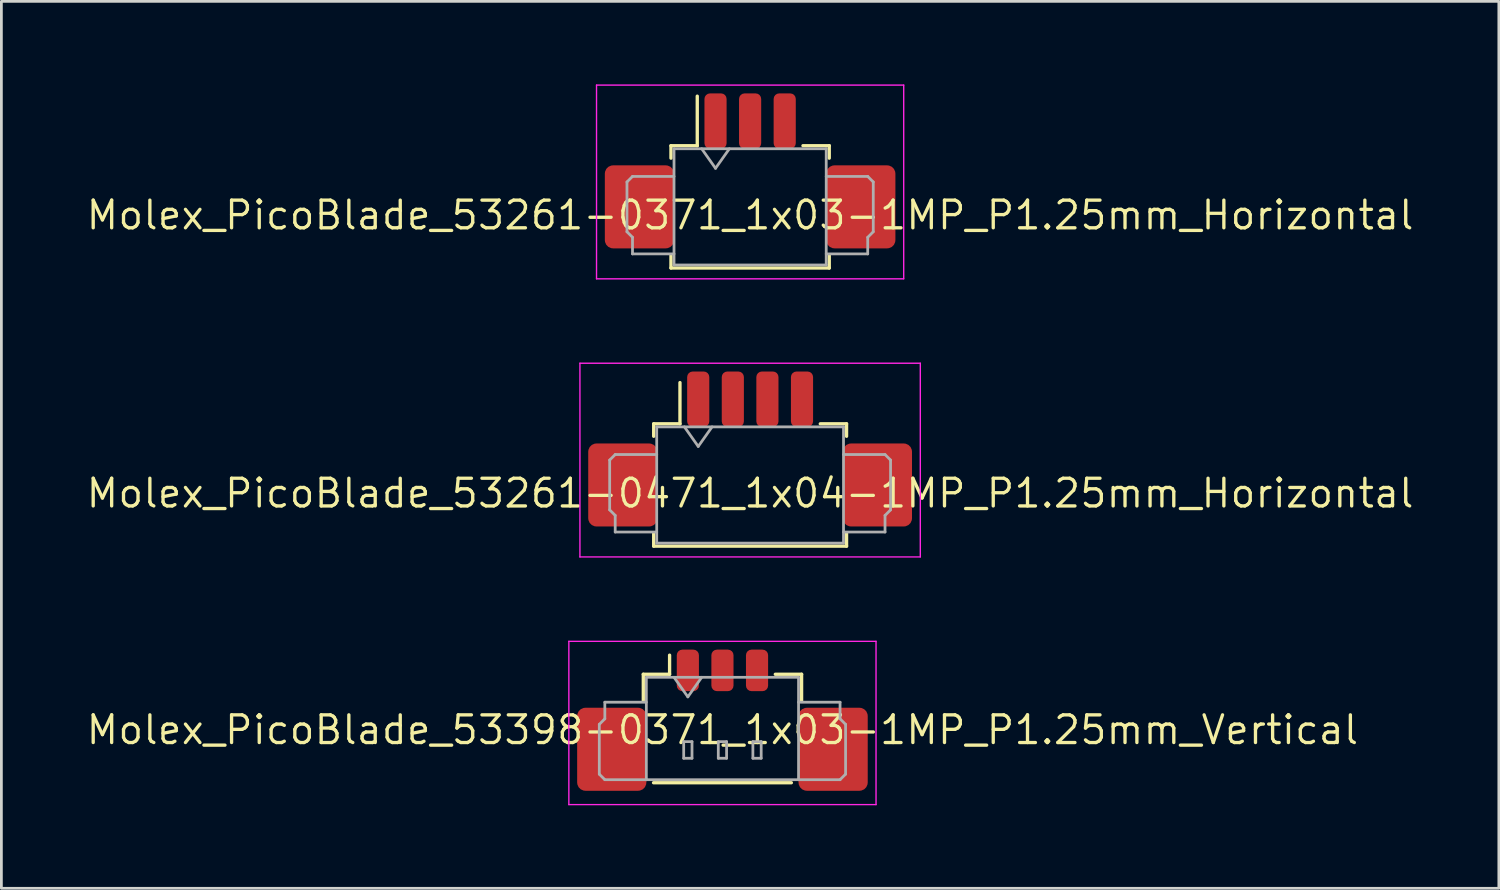
<source format=kicad_pcb>
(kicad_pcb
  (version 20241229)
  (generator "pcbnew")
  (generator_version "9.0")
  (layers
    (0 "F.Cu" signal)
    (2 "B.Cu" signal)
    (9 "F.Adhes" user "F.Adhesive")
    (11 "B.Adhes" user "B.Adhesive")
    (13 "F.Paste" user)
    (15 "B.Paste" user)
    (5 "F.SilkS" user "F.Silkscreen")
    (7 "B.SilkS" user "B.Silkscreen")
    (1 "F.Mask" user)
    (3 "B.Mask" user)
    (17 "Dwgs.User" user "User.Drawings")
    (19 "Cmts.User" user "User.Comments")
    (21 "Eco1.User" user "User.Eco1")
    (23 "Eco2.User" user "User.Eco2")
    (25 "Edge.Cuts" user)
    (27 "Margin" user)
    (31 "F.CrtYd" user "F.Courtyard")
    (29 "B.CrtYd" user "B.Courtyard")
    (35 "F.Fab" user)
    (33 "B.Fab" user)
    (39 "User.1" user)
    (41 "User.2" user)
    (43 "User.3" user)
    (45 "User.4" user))
  (footprint "Molex_PicoBlade_53398-0371_1x03-1MP_P1.25mm_Vertical"
    (layer "F.Cu")
    (at 23.056 22.525)
    (property "Reference" "Molex_PicoBlade_53398-0371_1x03-1MP_P1.25mm_Vertical" (at 0 0.8 0) (layer "F.SilkS") (effects (font (size 1 1) (thickness 0.12))))
    (attr smd)
    (fp_line (start -2.86 -1.21) (end -1.91 -1.21) (stroke (width 0.12) (type solid)) (layer "F.SilkS"))
    (fp_line (start -2.86 -0.26) (end -2.86 -1.21) (stroke (width 0.12) (type solid)) (layer "F.SilkS"))
    (fp_line (start -2.49 2.71) (end 2.49 2.71) (stroke (width 0.12) (type solid)) (layer "F.SilkS"))
    (fp_line (start -1.91 -1.21) (end -1.91 -1.9) (stroke (width 0.12) (type solid)) (layer "F.SilkS"))
    (fp_line (start 2.86 -1.21) (end 1.91 -1.21) (stroke (width 0.12) (type solid)) (layer "F.SilkS"))
    (fp_line (start 2.86 -0.26) (end 2.86 -1.21) (stroke (width 0.12) (type solid)) (layer "F.SilkS"))
    (fp_line (start -5.55 -2.4) (end -5.55 3.5) (stroke (width 0.05) (type solid)) (layer "F.CrtYd"))
    (fp_line (start -5.55 3.5) (end 5.55 3.5) (stroke (width 0.05) (type solid)) (layer "F.CrtYd"))
    (fp_line (start 5.55 -2.4) (end -5.55 -2.4) (stroke (width 0.05) (type solid)) (layer "F.CrtYd"))
    (fp_line (start 5.55 3.5) (end 5.55 -2.4) (stroke (width 0.05) (type solid)) (layer "F.CrtYd"))
    (fp_line (start -4.45 0.6) (end -4.25 0.4) (stroke (width 0.1) (type solid)) (layer "F.Fab"))
    (fp_line (start -4.45 2.4) (end -4.45 0.6) (stroke (width 0.1) (type solid)) (layer "F.Fab"))
    (fp_line (start -4.25 -0.2) (end -2.75 -0.2) (stroke (width 0.1) (type solid)) (layer "F.Fab"))
    (fp_line (start -4.25 0.4) (end -4.25 -0.2) (stroke (width 0.1) (type solid)) (layer "F.Fab"))
    (fp_line (start -4.25 2.6) (end -4.45 2.4) (stroke (width 0.1) (type solid)) (layer "F.Fab"))
    (fp_line (start -2.75 -1.1) (end -2.75 2.6) (stroke (width 0.1) (type solid)) (layer "F.Fab"))
    (fp_line (start -2.75 -1.1) (end 2.75 -1.1) (stroke (width 0.1) (type solid)) (layer "F.Fab"))
    (fp_line (start -2.75 2.6) (end -4.25 2.6) (stroke (width 0.1) (type solid)) (layer "F.Fab"))
    (fp_line (start -2.75 2.6) (end 2.75 2.6) (stroke (width 0.1) (type solid)) (layer "F.Fab"))
    (fp_line (start -1.75 -1.1) (end -1.25 -0.393) (stroke (width 0.1) (type solid)) (layer "F.Fab"))
    (fp_line (start -1.4 1.225) (end -1.4 1.825) (stroke (width 0.1) (type solid)) (layer "F.Fab"))
    (fp_line (start -1.4 1.825) (end -1.1 1.825) (stroke (width 0.1) (type solid)) (layer "F.Fab"))
    (fp_line (start -1.25 -0.393) (end -0.75 -1.1) (stroke (width 0.1) (type solid)) (layer "F.Fab"))
    (fp_line (start -1.1 1.225) (end -1.4 1.225) (stroke (width 0.1) (type solid)) (layer "F.Fab"))
    (fp_line (start -1.1 1.825) (end -1.1 1.225) (stroke (width 0.1) (type solid)) (layer "F.Fab"))
    (fp_line (start -0.15 1.225) (end -0.15 1.825) (stroke (width 0.1) (type solid)) (layer "F.Fab"))
    (fp_line (start -0.15 1.825) (end 0.15 1.825) (stroke (width 0.1) (type solid)) (layer "F.Fab"))
    (fp_line (start 0.15 1.225) (end -0.15 1.225) (stroke (width 0.1) (type solid)) (layer "F.Fab"))
    (fp_line (start 0.15 1.825) (end 0.15 1.225) (stroke (width 0.1) (type solid)) (layer "F.Fab"))
    (fp_line (start 1.1 1.225) (end 1.1 1.825) (stroke (width 0.1) (type solid)) (layer "F.Fab"))
    (fp_line (start 1.1 1.825) (end 1.4 1.825) (stroke (width 0.1) (type solid)) (layer "F.Fab"))
    (fp_line (start 1.4 1.225) (end 1.1 1.225) (stroke (width 0.1) (type solid)) (layer "F.Fab"))
    (fp_line (start 1.4 1.825) (end 1.4 1.225) (stroke (width 0.1) (type solid)) (layer "F.Fab"))
    (fp_line (start 2.75 -1.1) (end 2.75 2.6) (stroke (width 0.1) (type solid)) (layer "F.Fab"))
    (fp_line (start 2.75 2.6) (end 4.25 2.6) (stroke (width 0.1) (type solid)) (layer "F.Fab"))
    (fp_line (start 4.25 -0.2) (end 2.75 -0.2) (stroke (width 0.1) (type solid)) (layer "F.Fab"))
    (fp_line (start 4.25 0.4) (end 4.25 -0.2) (stroke (width 0.1) (type solid)) (layer "F.Fab"))
    (fp_line (start 4.25 2.6) (end 4.45 2.4) (stroke (width 0.1) (type solid)) (layer "F.Fab"))
    (fp_line (start 4.45 0.6) (end 4.25 0.4) (stroke (width 0.1) (type solid)) (layer "F.Fab"))
    (fp_line (start 4.45 2.4) (end 4.45 0.6) (stroke (width 0.1) (type solid)) (layer "F.Fab"))
    (pad "1" smd roundrect (at -1.25 -1.35) (size 0.8 1.5) (layers "F.Cu" "F.Mask" "F.Paste") (roundrect_rratio 0.25))
    (pad "2" smd roundrect (at 0 -1.35) (size 0.8 1.5) (layers "F.Cu" "F.Mask" "F.Paste") (roundrect_rratio 0.25))
    (pad "3" smd roundrect (at 1.25 -1.35) (size 0.8 1.5) (layers "F.Cu" "F.Mask" "F.Paste") (roundrect_rratio 0.25))
    (pad "MP" smd roundrect (at -4 1.5) (size 2.5 3) (layers "F.Cu" "F.Mask" "F.Paste") (roundrect_rratio 0.119))
    (pad "MP" smd roundrect (at 4 1.5) (size 2.5 3) (layers "F.Cu" "F.Mask" "F.Paste") (roundrect_rratio 0.119)))
  (footprint "Molex_PicoBlade_53261-0471_1x04-1MP_P1.25mm_Horizontal"
    (layer "F.Cu")
    (at 24.056 13.975)
    (property "Reference" "Molex_PicoBlade_53261-0471_1x04-1MP_P1.25mm_Horizontal" (at 0 0.8 0) (layer "F.SilkS") (effects (font (size 1 1) (thickness 0.12))))
    (attr smd)
    (fp_line (start -3.485 -1.71) (end -2.535 -1.71) (stroke (width 0.12) (type solid)) (layer "F.SilkS"))
    (fp_line (start -3.485 -1.26) (end -3.485 -1.71) (stroke (width 0.12) (type solid)) (layer "F.SilkS"))
    (fp_line (start -3.485 2.26) (end -3.485 2.71) (stroke (width 0.12) (type solid)) (layer "F.SilkS"))
    (fp_line (start -3.485 2.71) (end 3.485 2.71) (stroke (width 0.12) (type solid)) (layer "F.SilkS"))
    (fp_line (start -2.535 -1.71) (end -2.535 -3.2) (stroke (width 0.12) (type solid)) (layer "F.SilkS"))
    (fp_line (start 3.485 -1.71) (end 2.535 -1.71) (stroke (width 0.12) (type solid)) (layer "F.SilkS"))
    (fp_line (start 3.485 -1.26) (end 3.485 -1.71) (stroke (width 0.12) (type solid)) (layer "F.SilkS"))
    (fp_line (start 3.485 2.71) (end 3.485 2.26) (stroke (width 0.12) (type solid)) (layer "F.SilkS"))
    (fp_line (start -6.15 -3.9) (end -6.15 3.1) (stroke (width 0.05) (type solid)) (layer "F.CrtYd"))
    (fp_line (start -6.15 3.1) (end 6.15 3.1) (stroke (width 0.05) (type solid)) (layer "F.CrtYd"))
    (fp_line (start 6.15 -3.9) (end -6.15 -3.9) (stroke (width 0.05) (type solid)) (layer "F.CrtYd"))
    (fp_line (start 6.15 3.1) (end 6.15 -3.9) (stroke (width 0.05) (type solid)) (layer "F.CrtYd"))
    (fp_line (start -5.075 -0.4) (end -5.075 1.4) (stroke (width 0.1) (type solid)) (layer "F.Fab"))
    (fp_line (start -5.075 1.4) (end -4.875 1.6) (stroke (width 0.1) (type solid)) (layer "F.Fab"))
    (fp_line (start -4.875 -0.6) (end -5.075 -0.4) (stroke (width 0.1) (type solid)) (layer "F.Fab"))
    (fp_line (start -4.875 1.6) (end -4.875 2.2) (stroke (width 0.1) (type solid)) (layer "F.Fab"))
    (fp_line (start -4.875 2.2) (end -3.375 2.2) (stroke (width 0.1) (type solid)) (layer "F.Fab"))
    (fp_line (start -3.375 -1.6) (end -3.375 2.6) (stroke (width 0.1) (type solid)) (layer "F.Fab"))
    (fp_line (start -3.375 -1.6) (end 3.375 -1.6) (stroke (width 0.1) (type solid)) (layer "F.Fab"))
    (fp_line (start -3.375 -0.6) (end -4.875 -0.6) (stroke (width 0.1) (type solid)) (layer "F.Fab"))
    (fp_line (start -3.375 2.6) (end 3.375 2.6) (stroke (width 0.1) (type solid)) (layer "F.Fab"))
    (fp_line (start -2.375 -1.6) (end -1.875 -0.893) (stroke (width 0.1) (type solid)) (layer "F.Fab"))
    (fp_line (start -1.875 -0.893) (end -1.375 -1.6) (stroke (width 0.1) (type solid)) (layer "F.Fab"))
    (fp_line (start 3.375 -1.6) (end 3.375 2.6) (stroke (width 0.1) (type solid)) (layer "F.Fab"))
    (fp_line (start 3.375 -0.6) (end 4.875 -0.6) (stroke (width 0.1) (type solid)) (layer "F.Fab"))
    (fp_line (start 4.875 -0.6) (end 5.075 -0.4) (stroke (width 0.1) (type solid)) (layer "F.Fab"))
    (fp_line (start 4.875 1.6) (end 4.875 2.2) (stroke (width 0.1) (type solid)) (layer "F.Fab"))
    (fp_line (start 4.875 2.2) (end 3.375 2.2) (stroke (width 0.1) (type solid)) (layer "F.Fab"))
    (fp_line (start 5.075 -0.4) (end 5.075 1.4) (stroke (width 0.1) (type solid)) (layer "F.Fab"))
    (fp_line (start 5.075 1.4) (end 4.875 1.6) (stroke (width 0.1) (type solid)) (layer "F.Fab"))
    (pad "1" smd roundrect (at -1.875 -2.6) (size 0.8 2) (layers "F.Cu" "F.Mask" "F.Paste") (roundrect_rratio 0.25))
    (pad "2" smd roundrect (at -0.625 -2.6) (size 0.8 2) (layers "F.Cu" "F.Mask" "F.Paste") (roundrect_rratio 0.25))
    (pad "3" smd roundrect (at 0.625 -2.6) (size 0.8 2) (layers "F.Cu" "F.Mask" "F.Paste") (roundrect_rratio 0.25))
    (pad "4" smd roundrect (at 1.875 -2.6) (size 0.8 2) (layers "F.Cu" "F.Mask" "F.Paste") (roundrect_rratio 0.25))
    (pad "MP" smd roundrect (at -4.6 0.5) (size 2.5 3) (layers "F.Cu" "F.Mask" "F.Paste") (roundrect_rratio 0.119))
    (pad "MP" smd roundrect (at 4.6 0.5) (size 2.5 3) (layers "F.Cu" "F.Mask" "F.Paste") (roundrect_rratio 0.119)))
  (footprint "Molex_PicoBlade_53261-0371_1x03-1MP_P1.25mm_Horizontal"
    (layer "F.Cu")
    (at 24.056 3.925)
    (property "Reference" "Molex_PicoBlade_53261-0371_1x03-1MP_P1.25mm_Horizontal" (at 0 0.8 0) (layer "F.SilkS") (effects (font (size 1 1) (thickness 0.12))))
    (attr smd)
    (fp_line (start -2.86 -1.71) (end -1.91 -1.71) (stroke (width 0.12) (type solid)) (layer "F.SilkS"))
    (fp_line (start -2.86 -1.26) (end -2.86 -1.71) (stroke (width 0.12) (type solid)) (layer "F.SilkS"))
    (fp_line (start -2.86 2.26) (end -2.86 2.71) (stroke (width 0.12) (type solid)) (layer "F.SilkS"))
    (fp_line (start -2.86 2.71) (end 2.86 2.71) (stroke (width 0.12) (type solid)) (layer "F.SilkS"))
    (fp_line (start -1.91 -1.71) (end -1.91 -3.5) (stroke (width 0.12) (type solid)) (layer "F.SilkS"))
    (fp_line (start 2.86 -1.71) (end 1.91 -1.71) (stroke (width 0.12) (type solid)) (layer "F.SilkS"))
    (fp_line (start 2.86 -1.26) (end 2.86 -1.71) (stroke (width 0.12) (type solid)) (layer "F.SilkS"))
    (fp_line (start 2.86 2.71) (end 2.86 2.26) (stroke (width 0.12) (type solid)) (layer "F.SilkS"))
    (fp_line (start -5.55 -3.9) (end -5.55 3.1) (stroke (width 0.05) (type solid)) (layer "F.CrtYd"))
    (fp_line (start -5.55 3.1) (end 5.55 3.1) (stroke (width 0.05) (type solid)) (layer "F.CrtYd"))
    (fp_line (start 5.55 -3.9) (end -5.55 -3.9) (stroke (width 0.05) (type solid)) (layer "F.CrtYd"))
    (fp_line (start 5.55 3.1) (end 5.55 -3.9) (stroke (width 0.05) (type solid)) (layer "F.CrtYd"))
    (fp_line (start -4.45 -0.4) (end -4.45 1.4) (stroke (width 0.1) (type solid)) (layer "F.Fab"))
    (fp_line (start -4.45 1.4) (end -4.25 1.6) (stroke (width 0.1) (type solid)) (layer "F.Fab"))
    (fp_line (start -4.25 -0.6) (end -4.45 -0.4) (stroke (width 0.1) (type solid)) (layer "F.Fab"))
    (fp_line (start -4.25 1.6) (end -4.25 2.2) (stroke (width 0.1) (type solid)) (layer "F.Fab"))
    (fp_line (start -4.25 2.2) (end -2.75 2.2) (stroke (width 0.1) (type solid)) (layer "F.Fab"))
    (fp_line (start -2.75 -1.6) (end -2.75 2.6) (stroke (width 0.1) (type solid)) (layer "F.Fab"))
    (fp_line (start -2.75 -1.6) (end 2.75 -1.6) (stroke (width 0.1) (type solid)) (layer "F.Fab"))
    (fp_line (start -2.75 -0.6) (end -4.25 -0.6) (stroke (width 0.1) (type solid)) (layer "F.Fab"))
    (fp_line (start -2.75 2.6) (end 2.75 2.6) (stroke (width 0.1) (type solid)) (layer "F.Fab"))
    (fp_line (start -1.75 -1.6) (end -1.25 -0.893) (stroke (width 0.1) (type solid)) (layer "F.Fab"))
    (fp_line (start -1.25 -0.893) (end -0.75 -1.6) (stroke (width 0.1) (type solid)) (layer "F.Fab"))
    (fp_line (start 2.75 -1.6) (end 2.75 2.6) (stroke (width 0.1) (type solid)) (layer "F.Fab"))
    (fp_line (start 2.75 -0.6) (end 4.25 -0.6) (stroke (width 0.1) (type solid)) (layer "F.Fab"))
    (fp_line (start 4.25 -0.6) (end 4.45 -0.4) (stroke (width 0.1) (type solid)) (layer "F.Fab"))
    (fp_line (start 4.25 1.6) (end 4.25 2.2) (stroke (width 0.1) (type solid)) (layer "F.Fab"))
    (fp_line (start 4.25 2.2) (end 2.75 2.2) (stroke (width 0.1) (type solid)) (layer "F.Fab"))
    (fp_line (start 4.45 -0.4) (end 4.45 1.4) (stroke (width 0.1) (type solid)) (layer "F.Fab"))
    (fp_line (start 4.45 1.4) (end 4.25 1.6) (stroke (width 0.1) (type solid)) (layer "F.Fab"))
    (pad "1" smd roundrect (at -1.25 -2.6) (size 0.8 2) (layers "F.Cu" "F.Mask" "F.Paste") (roundrect_rratio 0.25))
    (pad "2" smd roundrect (at 0 -2.6) (size 0.8 2) (layers "F.Cu" "F.Mask" "F.Paste") (roundrect_rratio 0.25))
    (pad "3" smd roundrect (at 1.25 -2.6) (size 0.8 2) (layers "F.Cu" "F.Mask" "F.Paste") (roundrect_rratio 0.25))
    (pad "MP" smd roundrect (at -4 0.5) (size 2.5 3) (layers "F.Cu" "F.Mask" "F.Paste") (roundrect_rratio 0.119))
    (pad "MP" smd roundrect (at 4 0.5) (size 2.5 3) (layers "F.Cu" "F.Mask" "F.Paste") (roundrect_rratio 0.119)))
  (gr_rect
    (start -3 -3)
    (end 51.112 29.05)
    (stroke (width 0.1) (type default))
    (fill no)
    (layer "Edge.Cuts")))
</source>
